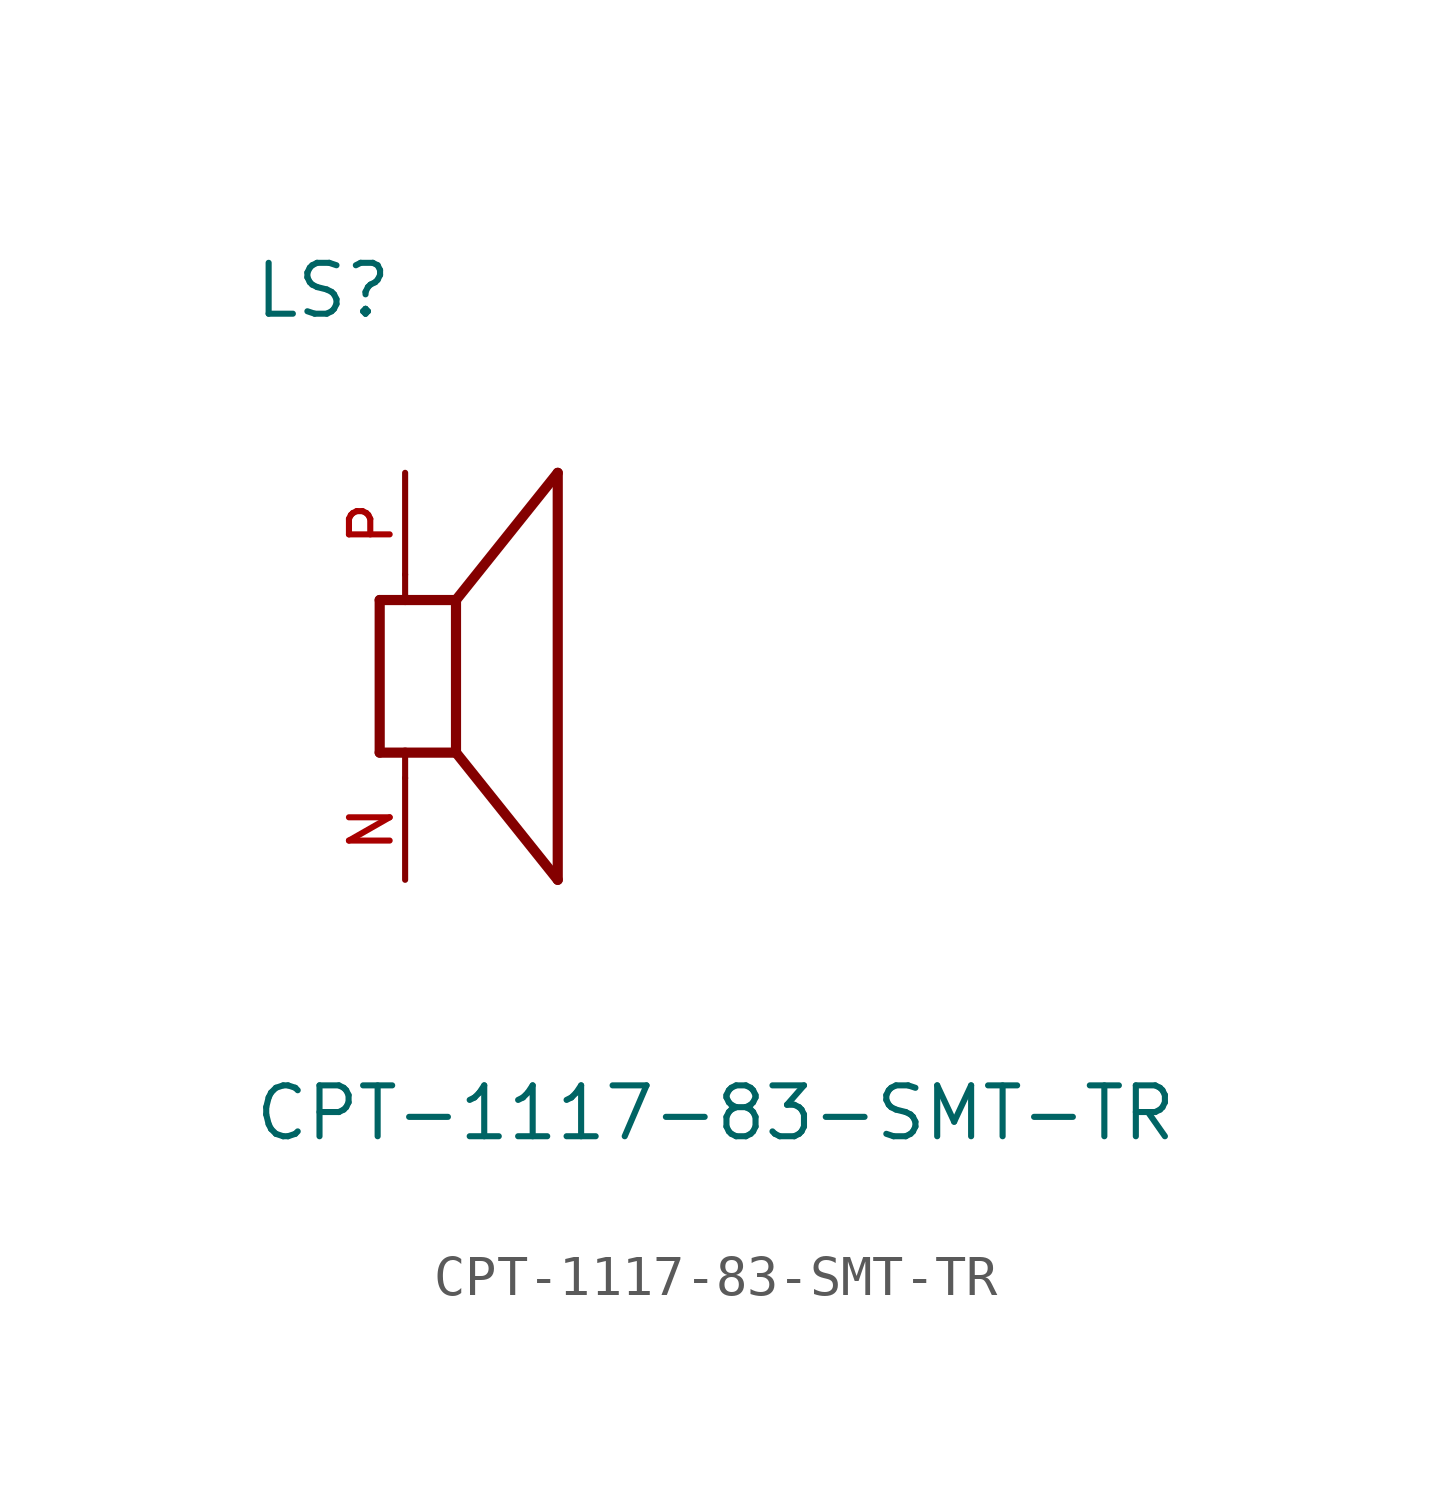
<source format=kicad_sym>
(kicad_symbol_lib
  (version 20231120)
  (generator "kicad_symbol_editor")
  (generator_version "8.0")
  (symbol "CPT-1117-83-SMT-TR"
    (pin_names
      (offset 1.016))
    (property "Reference" "LS"
      (at -3.81 8.89 0)
      (effects (font (size 1.27 1.27)) (justify left bottom)))
    (property "Value" "CPT-1117-83-SMT-TR"
      (at -3.81 -10.16 0)
      (effects (font (size 1.27 1.27)) (justify left top)))
    (symbol "CPT-1117-83-SMT-TR_0_0"
      (polyline (pts (xy -0.635 -1.905) (xy 0 -1.905)) (stroke (width 0.254) (type default)) (fill (type none)))
      (polyline (pts (xy -0.635 1.905) (xy -0.635 -1.905)) (stroke (width 0.254) (type default)) (fill (type none)))
      (polyline (pts (xy -0.635 1.905) (xy 0 1.905)) (stroke (width 0.254) (type default)) (fill (type none)))
      (polyline (pts (xy 0 -2.54) (xy 0 -1.905)) (stroke (width 0.152) (type default)) (fill (type none)))
      (polyline (pts (xy 0 -1.905) (xy 1.27 -1.905)) (stroke (width 0.254) (type default)) (fill (type none)))
      (polyline (pts (xy 0 1.905) (xy 1.27 1.905)) (stroke (width 0.254) (type default)) (fill (type none)))
      (polyline (pts (xy 0 2.54) (xy 0 1.905)) (stroke (width 0.152) (type default)) (fill (type none)))
      (polyline (pts (xy 1.27 -1.905) (xy 1.27 1.905)) (stroke (width 0.254) (type default)) (fill (type none)))
      (polyline (pts (xy 1.27 -1.905) (xy 3.81 -5.08)) (stroke (width 0.254) (type default)) (fill (type none)))
      (polyline (pts (xy 1.27 1.905) (xy 3.81 5.08)) (stroke (width 0.254) (type default)) (fill (type none)))
      (polyline (pts (xy 3.81 -5.08) (xy 3.81 5.08)) (stroke (width 0.254) (type default)) (fill (type none)))
      (pin passive line (at 0 -5.08 90) (length 2.54) (name "~" (effects (font (size 1.016 1.016)))) (number "N" (effects (font (size 1.016 1.016)))))
      (pin passive line (at 0 5.08 270) (length 2.54) (name "~" (effects (font (size 1.016 1.016)))) (number "P" (effects (font (size 1.016 1.016))))))))
</source>
